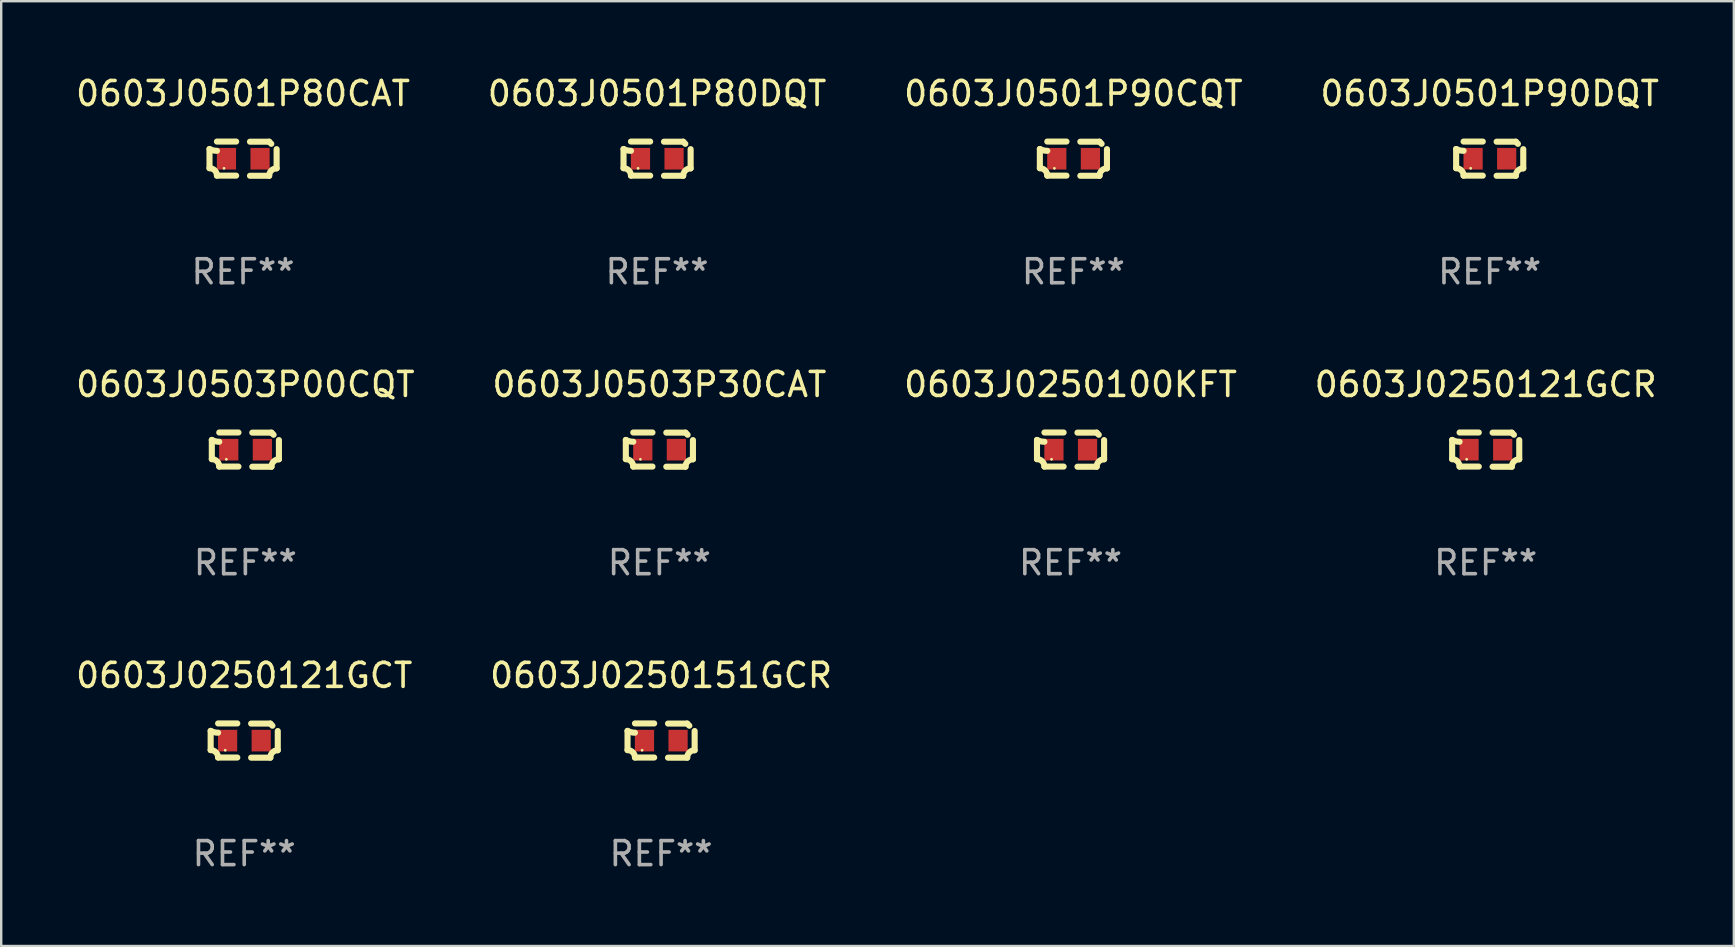
<source format=kicad_pcb>
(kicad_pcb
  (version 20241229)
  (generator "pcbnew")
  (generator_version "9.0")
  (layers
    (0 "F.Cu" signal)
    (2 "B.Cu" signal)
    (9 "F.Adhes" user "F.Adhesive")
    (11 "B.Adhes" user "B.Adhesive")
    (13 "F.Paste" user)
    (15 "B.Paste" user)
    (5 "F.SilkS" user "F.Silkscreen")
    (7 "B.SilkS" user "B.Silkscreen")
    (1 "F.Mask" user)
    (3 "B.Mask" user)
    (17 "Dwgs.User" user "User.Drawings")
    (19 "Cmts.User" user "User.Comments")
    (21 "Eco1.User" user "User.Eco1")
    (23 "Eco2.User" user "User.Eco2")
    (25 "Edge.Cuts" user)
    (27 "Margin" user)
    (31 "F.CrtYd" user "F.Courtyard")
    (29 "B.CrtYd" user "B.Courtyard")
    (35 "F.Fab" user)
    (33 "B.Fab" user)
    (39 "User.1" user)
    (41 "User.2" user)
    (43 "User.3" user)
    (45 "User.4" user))
  (footprint "0603J0250121GCT"
    (layer "F.Cu")
    (at 7.125 27.805)
    (property "Reference" "0603J0250121GCT" (at 0 -2.713 0) (layer "F.SilkS") (effects (font (size 1 1) (thickness 0.15))))
    (attr through_hole)
    (fp_line (start -1.398 -0.403) (end -1.398 0.397) (stroke (width 0.254) (type solid)) (layer "F.SilkS"))
    (fp_line (start -0.288 -0.713) (end -1.088 -0.713) (stroke (width 0.254) (type solid)) (layer "F.SilkS"))
    (fp_line (start -0.288 0.707) (end -1.088 0.707) (stroke (width 0.254) (type solid)) (layer "F.SilkS"))
    (fp_line (start 0.288 -0.707) (end 1.088 -0.707) (stroke (width 0.254) (type solid)) (layer "F.SilkS"))
    (fp_line (start 0.288 0.713) (end 1.088 0.713) (stroke (width 0.254) (type solid)) (layer "F.SilkS"))
    (fp_line (start 1.398 -0.397) (end 1.398 0.403) (stroke (width 0.254) (type solid)) (layer "F.SilkS"))
    (fp_arc (start -1.397789 0.397066) (mid -1.178701 0.487826) (end -1.08796 0.706922) (stroke (width 0.254001) (type solid)) (layer "F.SilkS"))
    (fp_arc (start -1.08796 -0.327176) (mid -1.247436 -0.346384) (end -1.39779 -0.402908) (stroke (width 0.254001) (type solid)) (layer "F.SilkS"))
    (fp_arc (start 1.087909 0.712738) (mid 1.178656 0.493655) (end 1.397739 0.402908) (stroke (width 0.254001) (type solid)) (layer "F.SilkS"))
    (fp_arc (start 1.175925 -0.618926) (mid 1.131917 -0.662923) (end 1.08791 -0.706922) (stroke (width 0.254001) (type solid)) (layer "F.SilkS"))
    (fp_circle (center -0.792 0.403) (end -0.762 0.403) (stroke (width 0.06) (type solid)) (fill no) (layer "F.SilkS"))
    (fp_text user "REF**" (at 0 4.713 0) (layer "F.Fab") (effects (font (size 1 1) (thickness 0.15))))
    (pad "1" smd rect (at -0.692 0.003) (size 0.8 0.9) (layers "F.Cu" "F.Mask" "F.Paste"))
    (pad "2" smd rect (at 0.708 0.003) (size 0.8 0.9) (layers "F.Cu" "F.Mask" "F.Paste")))
  (footprint "0603J0250121GCR"
    (layer "F.Cu")
    (at 58.851 15.683)
    (property "Reference" "0603J0250121GCR" (at 0 -2.713 0) (layer "F.SilkS") (effects (font (size 1 1) (thickness 0.15))))
    (attr through_hole)
    (fp_line (start -1.398 -0.403) (end -1.398 0.397) (stroke (width 0.254) (type solid)) (layer "F.SilkS"))
    (fp_line (start -0.288 -0.713) (end -1.088 -0.713) (stroke (width 0.254) (type solid)) (layer "F.SilkS"))
    (fp_line (start -0.288 0.707) (end -1.088 0.707) (stroke (width 0.254) (type solid)) (layer "F.SilkS"))
    (fp_line (start 0.288 -0.707) (end 1.088 -0.707) (stroke (width 0.254) (type solid)) (layer "F.SilkS"))
    (fp_line (start 0.288 0.713) (end 1.088 0.713) (stroke (width 0.254) (type solid)) (layer "F.SilkS"))
    (fp_line (start 1.398 -0.397) (end 1.398 0.403) (stroke (width 0.254) (type solid)) (layer "F.SilkS"))
    (fp_arc (start -1.397789 0.397066) (mid -1.178701 0.487826) (end -1.08796 0.706922) (stroke (width 0.254001) (type solid)) (layer "F.SilkS"))
    (fp_arc (start -1.08796 -0.327176) (mid -1.247436 -0.346384) (end -1.39779 -0.402908) (stroke (width 0.254001) (type solid)) (layer "F.SilkS"))
    (fp_arc (start 1.087909 0.712738) (mid 1.178656 0.493655) (end 1.397739 0.402908) (stroke (width 0.254001) (type solid)) (layer "F.SilkS"))
    (fp_arc (start 1.175925 -0.618926) (mid 1.131917 -0.662923) (end 1.08791 -0.706922) (stroke (width 0.254001) (type solid)) (layer "F.SilkS"))
    (fp_circle (center -0.792 0.403) (end -0.762 0.403) (stroke (width 0.06) (type solid)) (fill no) (layer "F.SilkS"))
    (fp_text user "REF**" (at 0 4.713 0) (layer "F.Fab") (effects (font (size 1 1) (thickness 0.15))))
    (pad "1" smd rect (at -0.692 0.003) (size 0.8 0.9) (layers "F.Cu" "F.Mask" "F.Paste"))
    (pad "2" smd rect (at 0.708 0.003) (size 0.8 0.9) (layers "F.Cu" "F.Mask" "F.Paste")))
  (footprint "0603J0501P80CAT"
    (layer "F.Cu")
    (at 7.077 3.561)
    (property "Reference" "0603J0501P80CAT" (at 0 -2.713 0) (layer "F.SilkS") (effects (font (size 1 1) (thickness 0.15))))
    (attr through_hole)
    (fp_line (start -1.398 -0.403) (end -1.398 0.397) (stroke (width 0.254) (type solid)) (layer "F.SilkS"))
    (fp_line (start -0.288 -0.713) (end -1.088 -0.713) (stroke (width 0.254) (type solid)) (layer "F.SilkS"))
    (fp_line (start -0.288 0.707) (end -1.088 0.707) (stroke (width 0.254) (type solid)) (layer "F.SilkS"))
    (fp_line (start 0.288 -0.707) (end 1.088 -0.707) (stroke (width 0.254) (type solid)) (layer "F.SilkS"))
    (fp_line (start 0.288 0.713) (end 1.088 0.713) (stroke (width 0.254) (type solid)) (layer "F.SilkS"))
    (fp_line (start 1.398 -0.397) (end 1.398 0.403) (stroke (width 0.254) (type solid)) (layer "F.SilkS"))
    (fp_arc (start -1.397789 0.397066) (mid -1.178701 0.487826) (end -1.08796 0.706922) (stroke (width 0.254001) (type solid)) (layer "F.SilkS"))
    (fp_arc (start -1.08796 -0.327176) (mid -1.247436 -0.346384) (end -1.39779 -0.402908) (stroke (width 0.254001) (type solid)) (layer "F.SilkS"))
    (fp_arc (start 1.087909 0.712738) (mid 1.178656 0.493655) (end 1.397739 0.402908) (stroke (width 0.254001) (type solid)) (layer "F.SilkS"))
    (fp_arc (start 1.175925 -0.618926) (mid 1.131917 -0.662923) (end 1.08791 -0.706922) (stroke (width 0.254001) (type solid)) (layer "F.SilkS"))
    (fp_circle (center -0.792 0.403) (end -0.762 0.403) (stroke (width 0.06) (type solid)) (fill no) (layer "F.SilkS"))
    (fp_text user "REF**" (at 0 4.713 0) (layer "F.Fab") (effects (font (size 1 1) (thickness 0.15))))
    (pad "1" smd rect (at -0.692 0.003) (size 0.8 0.9) (layers "F.Cu" "F.Mask" "F.Paste"))
    (pad "2" smd rect (at 0.708 0.003) (size 0.8 0.9) (layers "F.Cu" "F.Mask" "F.Paste")))
  (footprint "0603J0503P30CAT"
    (layer "F.Cu")
    (at 24.423 15.683)
    (property "Reference" "0603J0503P30CAT" (at 0 -2.713 0) (layer "F.SilkS") (effects (font (size 1 1) (thickness 0.15))))
    (attr through_hole)
    (fp_line (start -1.398 -0.403) (end -1.398 0.397) (stroke (width 0.254) (type solid)) (layer "F.SilkS"))
    (fp_line (start -0.288 -0.713) (end -1.088 -0.713) (stroke (width 0.254) (type solid)) (layer "F.SilkS"))
    (fp_line (start -0.288 0.707) (end -1.088 0.707) (stroke (width 0.254) (type solid)) (layer "F.SilkS"))
    (fp_line (start 0.288 -0.707) (end 1.088 -0.707) (stroke (width 0.254) (type solid)) (layer "F.SilkS"))
    (fp_line (start 0.288 0.713) (end 1.088 0.713) (stroke (width 0.254) (type solid)) (layer "F.SilkS"))
    (fp_line (start 1.398 -0.397) (end 1.398 0.403) (stroke (width 0.254) (type solid)) (layer "F.SilkS"))
    (fp_arc (start -1.397789 0.397066) (mid -1.178701 0.487826) (end -1.08796 0.706922) (stroke (width 0.254001) (type solid)) (layer "F.SilkS"))
    (fp_arc (start -1.08796 -0.327176) (mid -1.247436 -0.346384) (end -1.39779 -0.402908) (stroke (width 0.254001) (type solid)) (layer "F.SilkS"))
    (fp_arc (start 1.087909 0.712738) (mid 1.178656 0.493655) (end 1.397739 0.402908) (stroke (width 0.254001) (type solid)) (layer "F.SilkS"))
    (fp_arc (start 1.175925 -0.618926) (mid 1.131917 -0.662923) (end 1.08791 -0.706922) (stroke (width 0.254001) (type solid)) (layer "F.SilkS"))
    (fp_circle (center -0.792 0.403) (end -0.762 0.403) (stroke (width 0.06) (type solid)) (fill no) (layer "F.SilkS"))
    (fp_text user "REF**" (at 0 4.713 0) (layer "F.Fab") (effects (font (size 1 1) (thickness 0.15))))
    (pad "1" smd rect (at -0.692 0.003) (size 0.8 0.9) (layers "F.Cu" "F.Mask" "F.Paste"))
    (pad "2" smd rect (at 0.708 0.003) (size 0.8 0.9) (layers "F.Cu" "F.Mask" "F.Paste")))
  (footprint "0603J0503P00CQT"
    (layer "F.Cu")
    (at 7.173 15.683)
    (property "Reference" "0603J0503P00CQT" (at 0 -2.713 0) (layer "F.SilkS") (effects (font (size 1 1) (thickness 0.15))))
    (attr through_hole)
    (fp_line (start -1.398 -0.403) (end -1.398 0.397) (stroke (width 0.254) (type solid)) (layer "F.SilkS"))
    (fp_line (start -0.288 -0.713) (end -1.088 -0.713) (stroke (width 0.254) (type solid)) (layer "F.SilkS"))
    (fp_line (start -0.288 0.707) (end -1.088 0.707) (stroke (width 0.254) (type solid)) (layer "F.SilkS"))
    (fp_line (start 0.288 -0.707) (end 1.088 -0.707) (stroke (width 0.254) (type solid)) (layer "F.SilkS"))
    (fp_line (start 0.288 0.713) (end 1.088 0.713) (stroke (width 0.254) (type solid)) (layer "F.SilkS"))
    (fp_line (start 1.398 -0.397) (end 1.398 0.403) (stroke (width 0.254) (type solid)) (layer "F.SilkS"))
    (fp_arc (start -1.397789 0.397066) (mid -1.178701 0.487826) (end -1.08796 0.706922) (stroke (width 0.254001) (type solid)) (layer "F.SilkS"))
    (fp_arc (start -1.08796 -0.327176) (mid -1.247436 -0.346384) (end -1.39779 -0.402908) (stroke (width 0.254001) (type solid)) (layer "F.SilkS"))
    (fp_arc (start 1.087909 0.712738) (mid 1.178656 0.493655) (end 1.397739 0.402908) (stroke (width 0.254001) (type solid)) (layer "F.SilkS"))
    (fp_arc (start 1.175925 -0.618926) (mid 1.131917 -0.662923) (end 1.08791 -0.706922) (stroke (width 0.254001) (type solid)) (layer "F.SilkS"))
    (fp_circle (center -0.792 0.403) (end -0.762 0.403) (stroke (width 0.06) (type solid)) (fill no) (layer "F.SilkS"))
    (fp_text user "REF**" (at 0 4.713 0) (layer "F.Fab") (effects (font (size 1 1) (thickness 0.15))))
    (pad "1" smd rect (at -0.692 0.003) (size 0.8 0.9) (layers "F.Cu" "F.Mask" "F.Paste"))
    (pad "2" smd rect (at 0.708 0.003) (size 0.8 0.9) (layers "F.Cu" "F.Mask" "F.Paste")))
  (footprint "0603J0501P80DQT"
    (layer "F.Cu")
    (at 24.327 3.561)
    (property "Reference" "0603J0501P80DQT" (at 0 -2.713 0) (layer "F.SilkS") (effects (font (size 1 1) (thickness 0.15))))
    (attr through_hole)
    (fp_line (start -1.398 -0.403) (end -1.398 0.397) (stroke (width 0.254) (type solid)) (layer "F.SilkS"))
    (fp_line (start -0.288 -0.713) (end -1.088 -0.713) (stroke (width 0.254) (type solid)) (layer "F.SilkS"))
    (fp_line (start -0.288 0.707) (end -1.088 0.707) (stroke (width 0.254) (type solid)) (layer "F.SilkS"))
    (fp_line (start 0.288 -0.707) (end 1.088 -0.707) (stroke (width 0.254) (type solid)) (layer "F.SilkS"))
    (fp_line (start 0.288 0.713) (end 1.088 0.713) (stroke (width 0.254) (type solid)) (layer "F.SilkS"))
    (fp_line (start 1.398 -0.397) (end 1.398 0.403) (stroke (width 0.254) (type solid)) (layer "F.SilkS"))
    (fp_arc (start -1.397789 0.397066) (mid -1.178701 0.487826) (end -1.08796 0.706922) (stroke (width 0.254001) (type solid)) (layer "F.SilkS"))
    (fp_arc (start -1.08796 -0.327176) (mid -1.247436 -0.346384) (end -1.39779 -0.402908) (stroke (width 0.254001) (type solid)) (layer "F.SilkS"))
    (fp_arc (start 1.087909 0.712738) (mid 1.178656 0.493655) (end 1.397739 0.402908) (stroke (width 0.254001) (type solid)) (layer "F.SilkS"))
    (fp_arc (start 1.175925 -0.618926) (mid 1.131917 -0.662923) (end 1.08791 -0.706922) (stroke (width 0.254001) (type solid)) (layer "F.SilkS"))
    (fp_circle (center -0.792 0.403) (end -0.762 0.403) (stroke (width 0.06) (type solid)) (fill no) (layer "F.SilkS"))
    (fp_text user "REF**" (at 0 4.713 0) (layer "F.Fab") (effects (font (size 1 1) (thickness 0.15))))
    (pad "1" smd rect (at -0.692 0.003) (size 0.8 0.9) (layers "F.Cu" "F.Mask" "F.Paste"))
    (pad "2" smd rect (at 0.708 0.003) (size 0.8 0.9) (layers "F.Cu" "F.Mask" "F.Paste")))
  (footprint "0603J0501P90DQT"
    (layer "F.Cu")
    (at 59.018 3.561)
    (property "Reference" "0603J0501P90DQT" (at 0 -2.713 0) (layer "F.SilkS") (effects (font (size 1 1) (thickness 0.15))))
    (attr through_hole)
    (fp_line (start -1.398 -0.403) (end -1.398 0.397) (stroke (width 0.254) (type solid)) (layer "F.SilkS"))
    (fp_line (start -0.288 -0.713) (end -1.088 -0.713) (stroke (width 0.254) (type solid)) (layer "F.SilkS"))
    (fp_line (start -0.288 0.707) (end -1.088 0.707) (stroke (width 0.254) (type solid)) (layer "F.SilkS"))
    (fp_line (start 0.288 -0.707) (end 1.088 -0.707) (stroke (width 0.254) (type solid)) (layer "F.SilkS"))
    (fp_line (start 0.288 0.713) (end 1.088 0.713) (stroke (width 0.254) (type solid)) (layer "F.SilkS"))
    (fp_line (start 1.398 -0.397) (end 1.398 0.403) (stroke (width 0.254) (type solid)) (layer "F.SilkS"))
    (fp_arc (start -1.397789 0.397066) (mid -1.178701 0.487826) (end -1.08796 0.706922) (stroke (width 0.254001) (type solid)) (layer "F.SilkS"))
    (fp_arc (start -1.08796 -0.327176) (mid -1.247436 -0.346384) (end -1.39779 -0.402908) (stroke (width 0.254001) (type solid)) (layer "F.SilkS"))
    (fp_arc (start 1.087909 0.712738) (mid 1.178656 0.493655) (end 1.397739 0.402908) (stroke (width 0.254001) (type solid)) (layer "F.SilkS"))
    (fp_arc (start 1.175925 -0.618926) (mid 1.131917 -0.662923) (end 1.08791 -0.706922) (stroke (width 0.254001) (type solid)) (layer "F.SilkS"))
    (fp_circle (center -0.792 0.403) (end -0.762 0.403) (stroke (width 0.06) (type solid)) (fill no) (layer "F.SilkS"))
    (fp_text user "REF**" (at 0 4.713 0) (layer "F.Fab") (effects (font (size 1 1) (thickness 0.15))))
    (pad "1" smd rect (at -0.692 0.003) (size 0.8 0.9) (layers "F.Cu" "F.Mask" "F.Paste"))
    (pad "2" smd rect (at 0.708 0.003) (size 0.8 0.9) (layers "F.Cu" "F.Mask" "F.Paste")))
  (footprint "0603J0501P90CQT"
    (layer "F.Cu")
    (at 41.673 3.561)
    (property "Reference" "0603J0501P90CQT" (at 0 -2.713 0) (layer "F.SilkS") (effects (font (size 1 1) (thickness 0.15))))
    (attr through_hole)
    (fp_line (start -1.398 -0.403) (end -1.398 0.397) (stroke (width 0.254) (type solid)) (layer "F.SilkS"))
    (fp_line (start -0.288 -0.713) (end -1.088 -0.713) (stroke (width 0.254) (type solid)) (layer "F.SilkS"))
    (fp_line (start -0.288 0.707) (end -1.088 0.707) (stroke (width 0.254) (type solid)) (layer "F.SilkS"))
    (fp_line (start 0.288 -0.707) (end 1.088 -0.707) (stroke (width 0.254) (type solid)) (layer "F.SilkS"))
    (fp_line (start 0.288 0.713) (end 1.088 0.713) (stroke (width 0.254) (type solid)) (layer "F.SilkS"))
    (fp_line (start 1.398 -0.397) (end 1.398 0.403) (stroke (width 0.254) (type solid)) (layer "F.SilkS"))
    (fp_arc (start -1.397789 0.397066) (mid -1.178701 0.487826) (end -1.08796 0.706922) (stroke (width 0.254001) (type solid)) (layer "F.SilkS"))
    (fp_arc (start -1.08796 -0.327176) (mid -1.247436 -0.346384) (end -1.39779 -0.402908) (stroke (width 0.254001) (type solid)) (layer "F.SilkS"))
    (fp_arc (start 1.087909 0.712738) (mid 1.178656 0.493655) (end 1.397739 0.402908) (stroke (width 0.254001) (type solid)) (layer "F.SilkS"))
    (fp_arc (start 1.175925 -0.618926) (mid 1.131917 -0.662923) (end 1.08791 -0.706922) (stroke (width 0.254001) (type solid)) (layer "F.SilkS"))
    (fp_circle (center -0.792 0.403) (end -0.762 0.403) (stroke (width 0.06) (type solid)) (fill no) (layer "F.SilkS"))
    (fp_text user "REF**" (at 0 4.713 0) (layer "F.Fab") (effects (font (size 1 1) (thickness 0.15))))
    (pad "1" smd rect (at -0.692 0.003) (size 0.8 0.9) (layers "F.Cu" "F.Mask" "F.Paste"))
    (pad "2" smd rect (at 0.708 0.003) (size 0.8 0.9) (layers "F.Cu" "F.Mask" "F.Paste")))
  (footprint "0603J0250100KFT"
    (layer "F.Cu")
    (at 41.554 15.683)
    (property "Reference" "0603J0250100KFT" (at 0 -2.713 0) (layer "F.SilkS") (effects (font (size 1 1) (thickness 0.15))))
    (attr through_hole)
    (fp_line (start -1.398 -0.403) (end -1.398 0.397) (stroke (width 0.254) (type solid)) (layer "F.SilkS"))
    (fp_line (start -0.288 -0.713) (end -1.088 -0.713) (stroke (width 0.254) (type solid)) (layer "F.SilkS"))
    (fp_line (start -0.288 0.707) (end -1.088 0.707) (stroke (width 0.254) (type solid)) (layer "F.SilkS"))
    (fp_line (start 0.288 -0.707) (end 1.088 -0.707) (stroke (width 0.254) (type solid)) (layer "F.SilkS"))
    (fp_line (start 0.288 0.713) (end 1.088 0.713) (stroke (width 0.254) (type solid)) (layer "F.SilkS"))
    (fp_line (start 1.398 -0.397) (end 1.398 0.403) (stroke (width 0.254) (type solid)) (layer "F.SilkS"))
    (fp_arc (start -1.397789 0.397066) (mid -1.178701 0.487826) (end -1.08796 0.706922) (stroke (width 0.254001) (type solid)) (layer "F.SilkS"))
    (fp_arc (start -1.08796 -0.327176) (mid -1.247436 -0.346384) (end -1.39779 -0.402908) (stroke (width 0.254001) (type solid)) (layer "F.SilkS"))
    (fp_arc (start 1.087909 0.712738) (mid 1.178656 0.493655) (end 1.397739 0.402908) (stroke (width 0.254001) (type solid)) (layer "F.SilkS"))
    (fp_arc (start 1.175925 -0.618926) (mid 1.131917 -0.662923) (end 1.08791 -0.706922) (stroke (width 0.254001) (type solid)) (layer "F.SilkS"))
    (fp_circle (center -0.792 0.403) (end -0.762 0.403) (stroke (width 0.06) (type solid)) (fill no) (layer "F.SilkS"))
    (fp_text user "REF**" (at 0 4.713 0) (layer "F.Fab") (effects (font (size 1 1) (thickness 0.15))))
    (pad "1" smd rect (at -0.692 0.003) (size 0.8 0.9) (layers "F.Cu" "F.Mask" "F.Paste"))
    (pad "2" smd rect (at 0.708 0.003) (size 0.8 0.9) (layers "F.Cu" "F.Mask" "F.Paste")))
  (footprint "0603J0250151GCR"
    (layer "F.Cu")
    (at 24.494 27.805)
    (property "Reference" "0603J0250151GCR" (at 0 -2.713 0) (layer "F.SilkS") (effects (font (size 1 1) (thickness 0.15))))
    (attr through_hole)
    (fp_line (start -1.398 -0.403) (end -1.398 0.397) (stroke (width 0.254) (type solid)) (layer "F.SilkS"))
    (fp_line (start -0.288 -0.713) (end -1.088 -0.713) (stroke (width 0.254) (type solid)) (layer "F.SilkS"))
    (fp_line (start -0.288 0.707) (end -1.088 0.707) (stroke (width 0.254) (type solid)) (layer "F.SilkS"))
    (fp_line (start 0.288 -0.707) (end 1.088 -0.707) (stroke (width 0.254) (type solid)) (layer "F.SilkS"))
    (fp_line (start 0.288 0.713) (end 1.088 0.713) (stroke (width 0.254) (type solid)) (layer "F.SilkS"))
    (fp_line (start 1.398 -0.397) (end 1.398 0.403) (stroke (width 0.254) (type solid)) (layer "F.SilkS"))
    (fp_arc (start -1.397789 0.397066) (mid -1.178701 0.487826) (end -1.08796 0.706922) (stroke (width 0.254001) (type solid)) (layer "F.SilkS"))
    (fp_arc (start -1.08796 -0.327176) (mid -1.247436 -0.346384) (end -1.39779 -0.402908) (stroke (width 0.254001) (type solid)) (layer "F.SilkS"))
    (fp_arc (start 1.087909 0.712738) (mid 1.178656 0.493655) (end 1.397739 0.402908) (stroke (width 0.254001) (type solid)) (layer "F.SilkS"))
    (fp_arc (start 1.175925 -0.618926) (mid 1.131917 -0.662923) (end 1.08791 -0.706922) (stroke (width 0.254001) (type solid)) (layer "F.SilkS"))
    (fp_circle (center -0.792 0.403) (end -0.762 0.403) (stroke (width 0.06) (type solid)) (fill no) (layer "F.SilkS"))
    (fp_text user "REF**" (at 0 4.713 0) (layer "F.Fab") (effects (font (size 1 1) (thickness 0.15))))
    (pad "1" smd rect (at -0.692 0.003) (size 0.8 0.9) (layers "F.Cu" "F.Mask" "F.Paste"))
    (pad "2" smd rect (at 0.708 0.003) (size 0.8 0.9) (layers "F.Cu" "F.Mask" "F.Paste")))
  (gr_rect
    (start -3 -3)
    (end 69.19 36.366)
    (stroke (width 0.1) (type default))
    (fill no)
    (layer "Edge.Cuts")))
</source>
